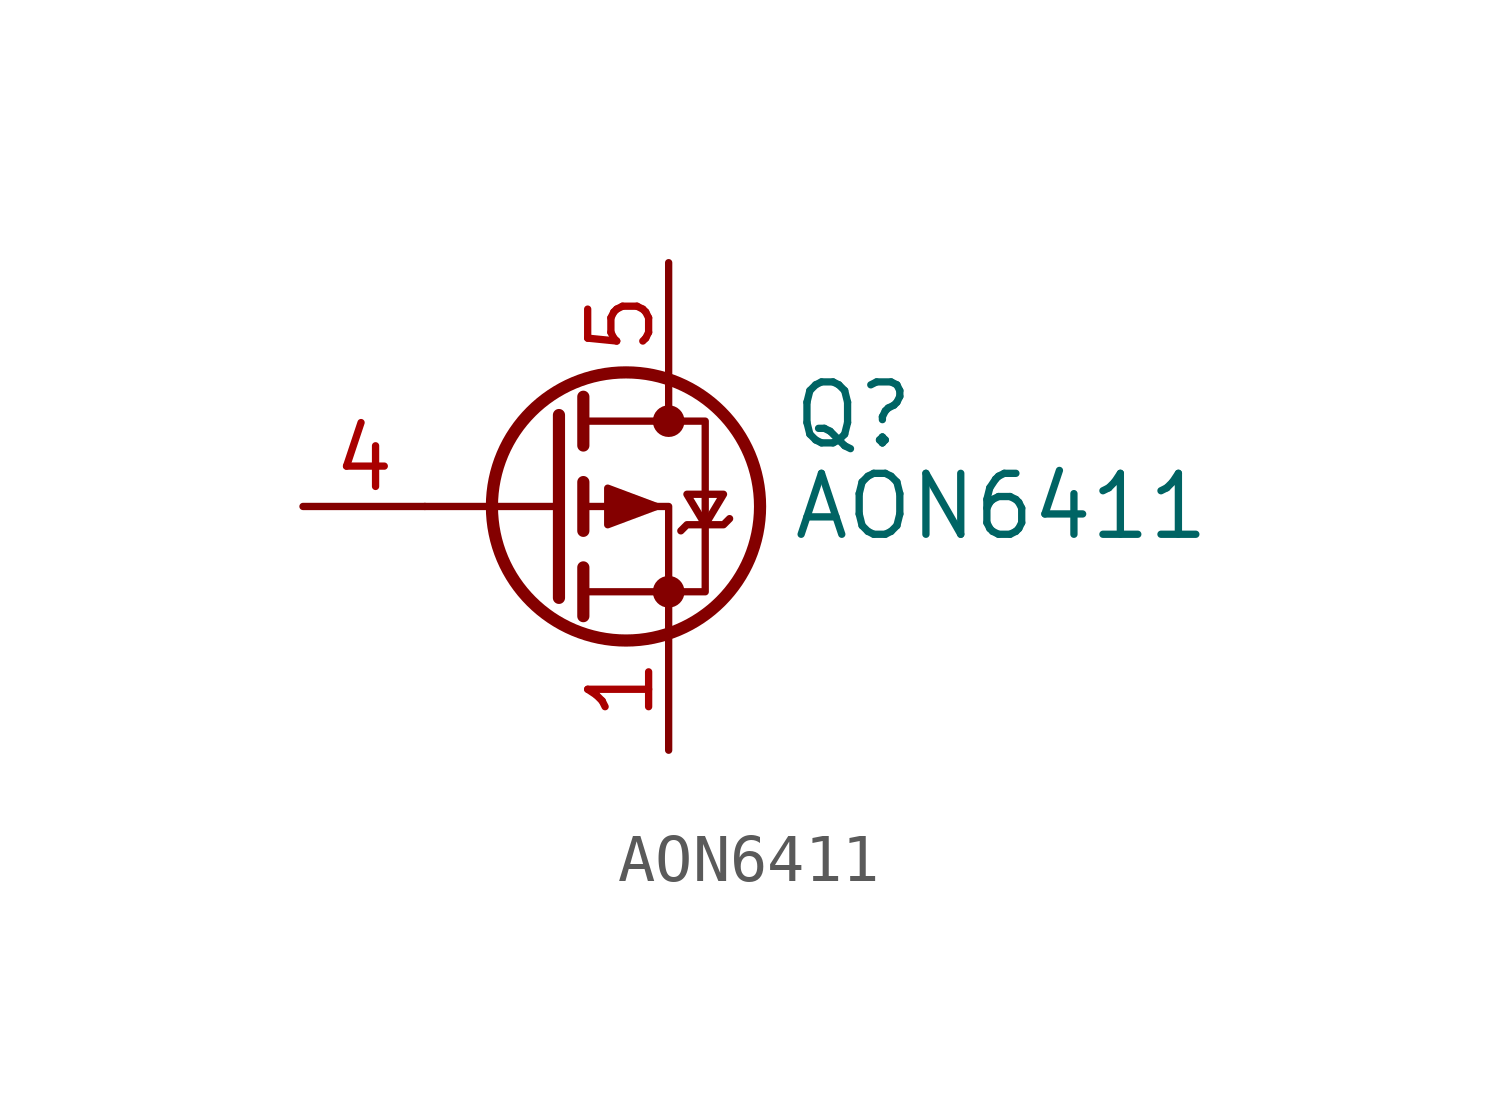
<source format=kicad_sym>
(kicad_symbol_lib
  (version 20211014)
  (generator kicad_symbol_editor)
  (symbol "AON6411"
    (pin_names hide)
    (property "Reference" "Q"
      (at 5.08 1.905 0)
      (effects (font (size 1.27 1.27)) (justify left)))
    (property "Value" "AON6411"
      (at 5.08 0 0)
      (effects (font (size 1.27 1.27)) (justify left)))
    (symbol "AON6411_0_1"
      (polyline (pts (xy 0.254 0) (xy -2.54 0)) (stroke (width 0) (type default) (color 0 0 0 0)) (fill (type none)))
      (polyline (pts (xy 0.254 1.905) (xy 0.254 -1.905)) (stroke (width 0.254) (type default) (color 0 0 0 0)) (fill (type none)))
      (polyline (pts (xy 0.762 -1.27) (xy 0.762 -2.286)) (stroke (width 0.254) (type default) (color 0 0 0 0)) (fill (type none)))
      (polyline (pts (xy 0.762 0.508) (xy 0.762 -0.508)) (stroke (width 0.254) (type default) (color 0 0 0 0)) (fill (type none)))
      (polyline (pts (xy 0.762 2.286) (xy 0.762 1.27)) (stroke (width 0.254) (type default) (color 0 0 0 0)) (fill (type none)))
      (polyline (pts (xy 2.54 2.54) (xy 2.54 1.778)) (stroke (width 0) (type default) (color 0 0 0 0)) (fill (type none)))
      (polyline (pts (xy 2.54 -2.54) (xy 2.54 0) (xy 0.762 0)) (stroke (width 0) (type default) (color 0 0 0 0)) (fill (type none)))
      (polyline (pts (xy 0.762 1.778) (xy 3.302 1.778) (xy 3.302 -1.778) (xy 0.762 -1.778)) (stroke (width 0) (type default) (color 0 0 0 0)) (fill (type none)))
      (polyline (pts (xy 2.286 0) (xy 1.27 0.381) (xy 1.27 -0.381) (xy 2.286 0)) (stroke (width 0) (type default) (color 0 0 0 0)) (fill (type outline)))
      (polyline (pts (xy 2.794 -0.508) (xy 2.921 -0.381) (xy 3.683 -0.381) (xy 3.81 -0.254)) (stroke (width 0) (type default) (color 0 0 0 0)) (fill (type none)))
      (polyline (pts (xy 3.302 -0.381) (xy 2.921 0.254) (xy 3.683 0.254) (xy 3.302 -0.381)) (stroke (width 0) (type default) (color 0 0 0 0)) (fill (type none)))
      (circle (center 1.651 0) (radius 2.794) (stroke (width 0.254) (type default) (color 0 0 0 0)) (fill (type none)))
      (circle (center 2.54 -1.778) (radius 0.254) (stroke (width 0) (type default) (color 0 0 0 0)) (fill (type outline)))
      (circle (center 2.54 1.778) (radius 0.254) (stroke (width 0) (type default) (color 0 0 0 0)) (fill (type outline))))
    (symbol "AON6411_1_1"
      (pin passive line (at 2.54 -5.08 90) (length 2.54) (name "S" (effects (font (size 1.27 1.27)))) (number "1" (effects (font (size 1.27 1.27)))))
      (pin passive line (at 2.54 -5.08 90) (length 2.54) hide (name "S" (effects (font (size 1.27 1.27)))) (number "2" (effects (font (size 1.27 1.27)))))
      (pin passive line (at 2.54 -5.08 90) (length 2.54) hide (name "S" (effects (font (size 1.27 1.27)))) (number "3" (effects (font (size 1.27 1.27)))))
      (pin input line (at -5.08 0 0) (length 2.54) (name "G" (effects (font (size 1.27 1.27)))) (number "4" (effects (font (size 1.27 1.27)))))
      (pin passive line (at 2.54 5.08 270) (length 2.54) (name "D" (effects (font (size 1.27 1.27)))) (number "5" (effects (font (size 1.27 1.27))))))))
</source>
